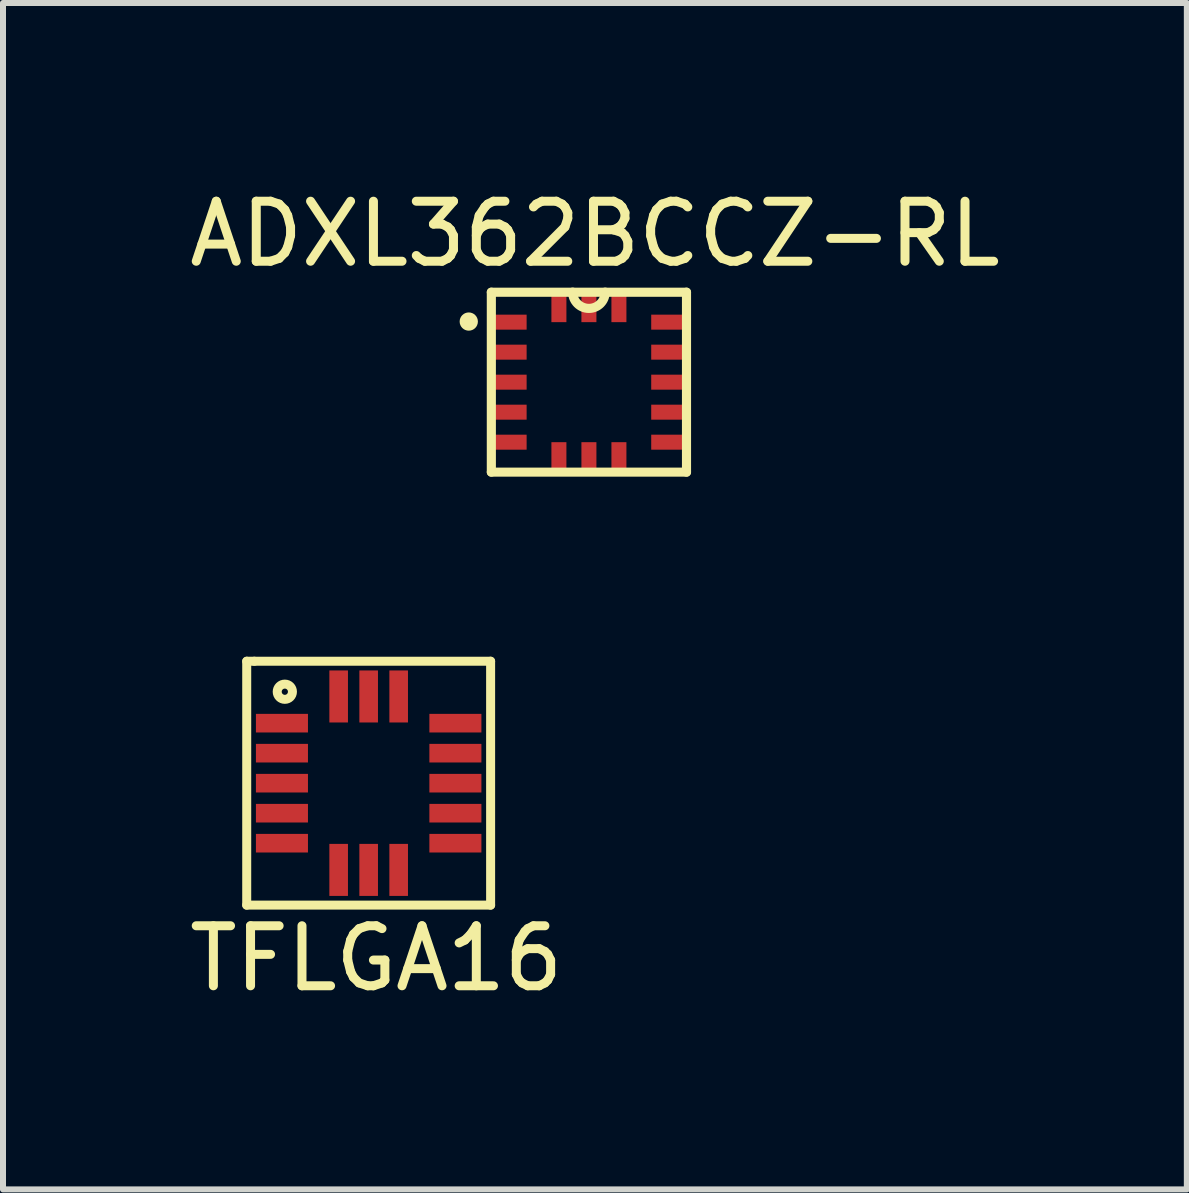
<source format=kicad_pcb>
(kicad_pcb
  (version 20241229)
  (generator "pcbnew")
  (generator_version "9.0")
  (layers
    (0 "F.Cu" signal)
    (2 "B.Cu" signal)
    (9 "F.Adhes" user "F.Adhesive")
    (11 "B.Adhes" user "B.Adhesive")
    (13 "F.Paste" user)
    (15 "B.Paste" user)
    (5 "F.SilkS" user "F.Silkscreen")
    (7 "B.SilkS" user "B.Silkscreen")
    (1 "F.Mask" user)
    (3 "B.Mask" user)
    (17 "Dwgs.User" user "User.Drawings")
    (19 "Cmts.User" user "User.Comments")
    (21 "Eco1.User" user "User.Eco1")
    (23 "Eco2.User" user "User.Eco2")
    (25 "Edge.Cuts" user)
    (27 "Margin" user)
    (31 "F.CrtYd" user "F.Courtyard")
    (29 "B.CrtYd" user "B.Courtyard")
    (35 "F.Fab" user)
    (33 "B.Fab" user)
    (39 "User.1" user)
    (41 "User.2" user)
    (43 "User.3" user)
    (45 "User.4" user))
  (footprint "TFLGA16"
    (layer "F.Cu")
    (at 3.093 10)
    (property "Reference" "TFLGA16" (at 0.127 2.921 0) (layer "F.SilkS") (effects (font (size 1 1) (thickness 0.15))))
    (attr through_hole)
    (fp_line (start -2.032 -2.032) (end -1.905 -2.032) (stroke (width 0.15) (type solid)) (layer "F.SilkS"))
    (fp_line (start -2.032 2.032) (end -2.032 -2.032) (stroke (width 0.15) (type solid)) (layer "F.SilkS"))
    (fp_line (start -1.905 -2.032) (end 2.032 -2.032) (stroke (width 0.15) (type solid)) (layer "F.SilkS"))
    (fp_line (start 2.032 -2.032) (end 2.032 2.032) (stroke (width 0.15) (type solid)) (layer "F.SilkS"))
    (fp_line (start 2.032 2.032) (end -2.032 2.032) (stroke (width 0.15) (type solid)) (layer "F.SilkS"))
    (fp_circle (center -1.397 -1.524) (end -1.27 -1.524) (stroke (width 0.15) (type solid)) (fill no) (layer "F.SilkS"))
    (pad "1" smd rect (at -1.445 -1) (size 0.867 0.31) (layers "F.Cu" "F.Mask" "F.Paste"))
    (pad "2" smd rect (at -1.445 -0.5) (size 0.867 0.31) (layers "F.Cu" "F.Mask" "F.Paste"))
    (pad "3" smd rect (at -1.445 0) (size 0.867 0.31) (layers "F.Cu" "F.Mask" "F.Paste"))
    (pad "4" smd rect (at -1.445 0.5) (size 0.867 0.31) (layers "F.Cu" "F.Mask" "F.Paste"))
    (pad "5" smd rect (at -1.445 1) (size 0.867 0.31) (layers "F.Cu" "F.Mask" "F.Paste"))
    (pad "6" smd rect (at -0.5 1.445 90) (size 0.867 0.31) (layers "F.Cu" "F.Mask" "F.Paste"))
    (pad "7" smd rect (at 0 1.445 90) (size 0.867 0.31) (layers "F.Cu" "F.Mask" "F.Paste"))
    (pad "8" smd rect (at 0.5 1.445 90) (size 0.867 0.31) (layers "F.Cu" "F.Mask" "F.Paste"))
    (pad "9" smd rect (at 1.445 1) (size 0.867 0.31) (layers "F.Cu" "F.Mask" "F.Paste"))
    (pad "10" smd rect (at 1.445 0.5) (size 0.867 0.31) (layers "F.Cu" "F.Mask" "F.Paste"))
    (pad "11" smd rect (at 1.445 0) (size 0.867 0.31) (layers "F.Cu" "F.Mask" "F.Paste"))
    (pad "12" smd rect (at 1.445 -0.5) (size 0.867 0.31) (layers "F.Cu" "F.Mask" "F.Paste"))
    (pad "13" smd rect (at 1.445 -1) (size 0.867 0.31) (layers "F.Cu" "F.Mask" "F.Paste"))
    (pad "14" smd rect (at 0.5 -1.445 90) (size 0.867 0.31) (layers "F.Cu" "F.Mask" "F.Paste"))
    (pad "15" smd rect (at 0 -1.445 90) (size 0.867 0.31) (layers "F.Cu" "F.Mask" "F.Paste"))
    (pad "16" smd rect (at -0.5 -1.445 90) (size 0.867 0.31) (layers "F.Cu" "F.Mask" "F.Paste")))
  (footprint "ADXL362BCCZ-RL"
    (layer "F.Cu")
    (at 6.763 3.318)
    (property "Reference" "ADXL362BCCZ-RL" (at 0.1 -2.47 0) (layer "F.SilkS") (effects (font (size 1 1) (thickness 0.15))))
    (attr through_hole)
    (fp_line (start -1.626 -1.499) (end -1.626 1.499) (stroke (width 0.152) (type solid)) (layer "F.SilkS"))
    (fp_line (start -1.626 1.499) (end 1.626 1.499) (stroke (width 0.152) (type solid)) (layer "F.SilkS"))
    (fp_line (start 1.626 -1.499) (end -1.626 -1.499) (stroke (width 0.152) (type solid)) (layer "F.SilkS"))
    (fp_line (start 1.626 1.499) (end 1.626 -1.499) (stroke (width 0.152) (type solid)) (layer "F.SilkS"))
    (fp_arc (start 0.270833 -1.5) (mid 0 -1.229167) (end -0.270833 -1.5) (stroke (width 0.1524) (type solid)) (layer "F.SilkS"))
    (fp_circle (center -2.002 -1.01) (end -1.926 -1.01) (stroke (width 0.152) (type solid)) (fill no) (layer "F.SilkS"))
    (pad "1" smd rect (at -1.313 -1) (size 0.55 0.25) (layers "F.Cu" "F.Mask" "F.Paste"))
    (pad "2" smd rect (at -1.313 -0.5) (size 0.55 0.25) (layers "F.Cu" "F.Mask" "F.Paste"))
    (pad "3" smd rect (at -1.313 0) (size 0.55 0.25) (layers "F.Cu" "F.Mask" "F.Paste"))
    (pad "4" smd rect (at -1.313 0.5) (size 0.55 0.25) (layers "F.Cu" "F.Mask" "F.Paste"))
    (pad "5" smd rect (at -1.313 1) (size 0.55 0.25) (layers "F.Cu" "F.Mask" "F.Paste"))
    (pad "6" smd rect (at -0.5 1.275) (size 0.25 0.55) (layers "F.Cu" "F.Mask" "F.Paste"))
    (pad "7" smd rect (at 0 1.275) (size 0.25 0.55) (layers "F.Cu" "F.Mask" "F.Paste"))
    (pad "8" smd rect (at 0.5 1.275) (size 0.25 0.55) (layers "F.Cu" "F.Mask" "F.Paste"))
    (pad "9" smd rect (at 1.313 1) (size 0.55 0.25) (layers "F.Cu" "F.Mask" "F.Paste"))
    (pad "10" smd rect (at 1.313 0.5) (size 0.55 0.25) (layers "F.Cu" "F.Mask" "F.Paste"))
    (pad "11" smd rect (at 1.313 0) (size 0.55 0.25) (layers "F.Cu" "F.Mask" "F.Paste"))
    (pad "12" smd rect (at 1.313 -0.5) (size 0.55 0.25) (layers "F.Cu" "F.Mask" "F.Paste"))
    (pad "13" smd rect (at 1.313 -1) (size 0.55 0.25) (layers "F.Cu" "F.Mask" "F.Paste"))
    (pad "14" smd rect (at 0.5 -1.275) (size 0.25 0.55) (layers "F.Cu" "F.Mask" "F.Paste"))
    (pad "15" smd rect (at 0 -1.275) (size 0.25 0.55) (layers "F.Cu" "F.Mask" "F.Paste"))
    (pad "16" smd rect (at -0.5 -1.275) (size 0.25 0.55) (layers "F.Cu" "F.Mask" "F.Paste")))
  (gr_rect
    (start -3 -3)
    (end 16.726 16.769)
    (stroke (width 0.1) (type default))
    (fill no)
    (layer "Edge.Cuts")))
</source>
